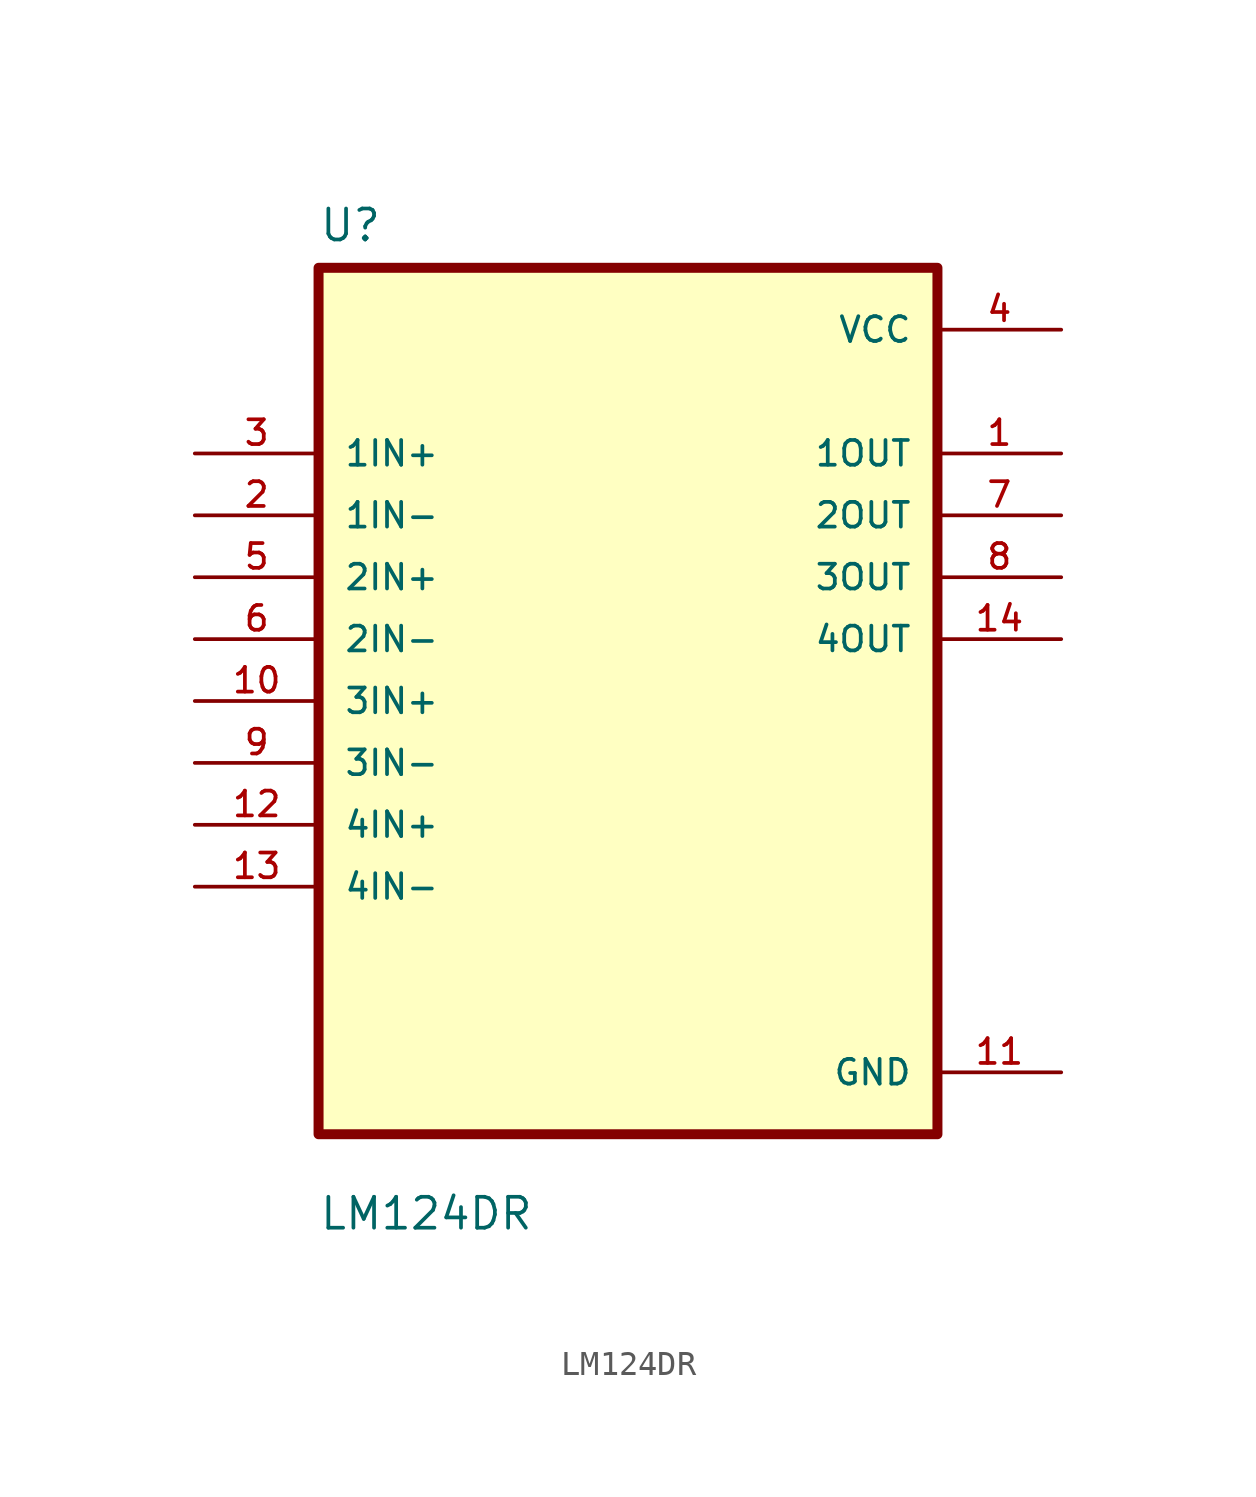
<source format=kicad_sym>
(kicad_symbol_lib
  (version 20211014)
  (generator kicad_symbol_editor)
  (symbol "LM124DR"
    (pin_names
      (offset 1.016))
    (property "Reference" "U"
      (at -12.7 18.78 0.0)
      (effects (font (size 1.27 1.27)) (justify bottom left)))
    (property "Value" "LM124DR"
      (at -12.7 -21.78 0.0)
      (effects (font (size 1.27 1.27)) (justify bottom left)))
    (symbol "LM124DR_0_0"
      (rectangle (start -12.7 -17.78) (end 12.7 17.78) (stroke (width 0.41)) (fill (type background)))
      (pin input line (at -17.78 10.16 0) (length 5.08) (name "1IN+" (effects (font (size 1.016 1.016)))) (number "3" (effects (font (size 1.016 1.016)))))
      (pin input line (at -17.78 7.62 0) (length 5.08) (name "1IN-" (effects (font (size 1.016 1.016)))) (number "2" (effects (font (size 1.016 1.016)))))
      (pin input line (at -17.78 5.08 0) (length 5.08) (name "2IN+" (effects (font (size 1.016 1.016)))) (number "5" (effects (font (size 1.016 1.016)))))
      (pin input line (at -17.78 2.54 0) (length 5.08) (name "2IN-" (effects (font (size 1.016 1.016)))) (number "6" (effects (font (size 1.016 1.016)))))
      (pin input line (at -17.78 0.0 0) (length 5.08) (name "3IN+" (effects (font (size 1.016 1.016)))) (number "10" (effects (font (size 1.016 1.016)))))
      (pin input line (at -17.78 -2.54 0) (length 5.08) (name "3IN-" (effects (font (size 1.016 1.016)))) (number "9" (effects (font (size 1.016 1.016)))))
      (pin input line (at -17.78 -5.08 0) (length 5.08) (name "4IN+" (effects (font (size 1.016 1.016)))) (number "12" (effects (font (size 1.016 1.016)))))
      (pin input line (at -17.78 -7.62 0) (length 5.08) (name "4IN-" (effects (font (size 1.016 1.016)))) (number "13" (effects (font (size 1.016 1.016)))))
      (pin power_in line (at 17.78 15.24 180.0) (length 5.08) (name "VCC" (effects (font (size 1.016 1.016)))) (number "4" (effects (font (size 1.016 1.016)))))
      (pin output line (at 17.78 10.16 180.0) (length 5.08) (name "1OUT" (effects (font (size 1.016 1.016)))) (number "1" (effects (font (size 1.016 1.016)))))
      (pin output line (at 17.78 7.62 180.0) (length 5.08) (name "2OUT" (effects (font (size 1.016 1.016)))) (number "7" (effects (font (size 1.016 1.016)))))
      (pin output line (at 17.78 5.08 180.0) (length 5.08) (name "3OUT" (effects (font (size 1.016 1.016)))) (number "8" (effects (font (size 1.016 1.016)))))
      (pin output line (at 17.78 2.54 180.0) (length 5.08) (name "4OUT" (effects (font (size 1.016 1.016)))) (number "14" (effects (font (size 1.016 1.016)))))
      (pin power_in line (at 17.78 -15.24 180.0) (length 5.08) (name "GND" (effects (font (size 1.016 1.016)))) (number "11" (effects (font (size 1.016 1.016))))))))
</source>
